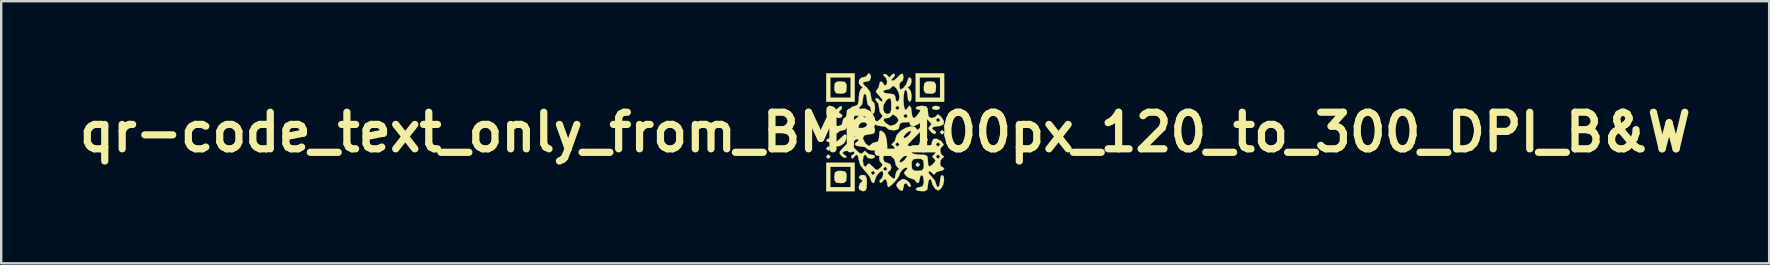
<source format=kicad_pcb>
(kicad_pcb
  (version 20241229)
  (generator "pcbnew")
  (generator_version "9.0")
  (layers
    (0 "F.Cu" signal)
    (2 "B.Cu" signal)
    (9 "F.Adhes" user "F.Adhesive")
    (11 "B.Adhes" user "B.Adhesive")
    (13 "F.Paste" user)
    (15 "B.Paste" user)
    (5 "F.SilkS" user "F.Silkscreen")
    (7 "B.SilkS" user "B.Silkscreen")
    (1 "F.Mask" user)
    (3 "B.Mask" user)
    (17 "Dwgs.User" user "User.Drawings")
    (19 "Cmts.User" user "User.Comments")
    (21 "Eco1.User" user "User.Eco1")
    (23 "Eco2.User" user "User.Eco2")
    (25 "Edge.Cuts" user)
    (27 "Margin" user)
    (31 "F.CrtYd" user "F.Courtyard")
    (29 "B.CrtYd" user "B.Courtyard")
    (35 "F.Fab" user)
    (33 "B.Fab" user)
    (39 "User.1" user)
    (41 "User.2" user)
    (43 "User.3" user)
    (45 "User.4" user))
  (footprint "qr-code_text_only_from_BMP_100px_120_to_300_DPI_B&W"
    (layer "F.Cu")
    (at 33.826 2.46)
    (property "Reference" "qr-code_text_only_from_BMP_100px_120_to_300_DPI_B&W" (at 0 0 0) (layer "F.SilkS") (effects (font (size 1.524 1.524) (thickness 0.3))))
    (attr through_hole)
    (fp_poly (pts (xy -2.288 0.657) (xy -2.286 0.677) (xy -2.35 0.76) (xy -2.371 0.762) (xy -2.453 0.698) (xy -2.455 0.677) (xy -2.391 0.595) (xy -2.371 0.593) (xy -2.288 0.657)) (stroke (width 0.01) (type solid)) (fill yes) (layer "F.SilkS"))
    (fp_poly (pts (xy -2.288 0.996) (xy -2.286 1.016) (xy -2.35 1.098) (xy -2.371 1.101) (xy -2.453 1.036) (xy -2.455 1.016) (xy -2.391 0.934) (xy -2.371 0.931) (xy -2.288 0.996)) (stroke (width 0.01) (type solid)) (fill yes) (layer "F.SilkS"))
    (fp_poly (pts (xy 1.437 1.334) (xy 1.439 1.355) (xy 1.375 1.437) (xy 1.355 1.439) (xy 1.272 1.375) (xy 1.27 1.355) (xy 1.334 1.272) (xy 1.355 1.27) (xy 1.437 1.334)) (stroke (width 0.01) (type solid)) (fill yes) (layer "F.SilkS"))
    (fp_poly (pts (xy 2.254 -1.065) (xy 2.286 -1.016) (xy 2.215 -0.947) (xy 2.117 -0.931) (xy 1.979 -0.967) (xy 1.947 -1.016) (xy 2.018 -1.085) (xy 2.117 -1.101) (xy 2.254 -1.065)) (stroke (width 0.01) (type solid)) (fill yes) (layer "F.SilkS"))
    (fp_poly (pts (xy 2.453 -0.02) (xy 2.455 0) (xy 2.391 0.082) (xy 2.371 0.085) (xy 2.288 0.02) (xy 2.286 0) (xy 2.35 -0.082) (xy 2.371 -0.085) (xy 2.453 -0.02)) (stroke (width 0.01) (type solid)) (fill yes) (layer "F.SilkS"))
    (fp_poly (pts (xy -1.27 -1.27) (xy -2.455 -1.27) (xy -2.455 -2.286) (xy -2.286 -2.286) (xy -2.286 -1.439) (xy -1.439 -1.439) (xy -1.439 -2.286) (xy -2.286 -2.286) (xy -2.455 -2.286) (xy -2.455 -2.455) (xy -1.27 -2.455) (xy -1.27 -1.27)) (stroke (width 0.01) (type solid)) (fill yes) (layer "F.SilkS"))
    (fp_poly (pts (xy -1.27 2.455) (xy -2.455 2.455) (xy -2.455 1.439) (xy -2.286 1.439) (xy -2.286 2.286) (xy -1.439 2.286) (xy -1.439 1.439) (xy -2.286 1.439) (xy -2.455 1.439) (xy -2.455 1.27) (xy -1.27 1.27) (xy -1.27 2.455)) (stroke (width 0.01) (type solid)) (fill yes) (layer "F.SilkS"))
    (fp_poly (pts (xy 2.455 -1.27) (xy 1.27 -1.27) (xy 1.27 -2.286) (xy 1.439 -2.286) (xy 1.439 -1.439) (xy 2.286 -1.439) (xy 2.286 -2.286) (xy 1.439 -2.286) (xy 1.27 -2.286) (xy 1.27 -2.455) (xy 2.455 -2.455) (xy 2.455 -1.27)) (stroke (width 0.01) (type solid)) (fill yes) (layer "F.SilkS"))
    (fp_poly (pts (xy -1.683 -2.096) (xy -1.616 -1.997) (xy -1.609 -1.863) (xy -1.63 -1.683) (xy -1.729 -1.616) (xy -1.863 -1.609) (xy -2.043 -1.63) (xy -2.109 -1.729) (xy -2.117 -1.863) (xy -2.096 -2.043) (xy -1.997 -2.109) (xy -1.863 -2.117) (xy -1.683 -2.096)) (stroke (width 0.01) (type solid)) (fill yes) (layer "F.SilkS"))
    (fp_poly (pts (xy -1.683 1.63) (xy -1.616 1.729) (xy -1.609 1.863) (xy -1.63 2.043) (xy -1.729 2.109) (xy -1.863 2.117) (xy -2.043 2.096) (xy -2.109 1.997) (xy -2.117 1.863) (xy -2.096 1.683) (xy -1.997 1.616) (xy -1.863 1.609) (xy -1.683 1.63)) (stroke (width 0.01) (type solid)) (fill yes) (layer "F.SilkS"))
    (fp_poly (pts (xy 2.043 -2.096) (xy 2.109 -1.997) (xy 2.117 -1.863) (xy 2.096 -1.683) (xy 1.997 -1.616) (xy 1.863 -1.609) (xy 1.683 -1.63) (xy 1.616 -1.729) (xy 1.609 -1.863) (xy 1.63 -2.043) (xy 1.729 -2.109) (xy 1.863 -2.117) (xy 2.043 -2.096)) (stroke (width 0.01) (type solid)) (fill yes) (layer "F.SilkS"))
    (fp_poly (pts (xy -0.821 1.806) (xy -0.772 1.921) (xy -0.762 2.117) (xy -0.776 2.338) (xy -0.834 2.436) (xy -0.931 2.455) (xy -1.074 2.395) (xy -1.101 2.293) (xy -1.052 2.134) (xy -0.995 2.081) (xy -0.933 2.026) (xy -0.995 1.983) (xy -1.096 1.887) (xy -1.049 1.802) (xy -0.931 1.778) (xy -0.821 1.806)) (stroke (width 0.01) (type solid)) (fill yes) (layer "F.SilkS"))
    (fp_poly (pts (xy 0.893 1.998) (xy 1.014 2.109) (xy 1.071 2.225) (xy 1.057 2.269) (xy 0.978 2.262) (xy 0.955 2.223) (xy 0.873 2.121) (xy 0.79 2.161) (xy 0.762 2.286) (xy 0.728 2.431) (xy 0.628 2.421) (xy 0.525 2.324) (xy 0.459 2.201) (xy 0.533 2.079) (xy 0.54 2.073) (xy 0.685 1.969) (xy 0.762 1.947) (xy 0.893 1.998)) (stroke (width 0.01) (type solid)) (fill yes) (layer "F.SilkS"))
    (fp_poly (pts (xy -1.609 0.147) (xy -1.626 0.288) (xy -1.7 0.438) (xy -1.73 0.472) (xy -1.881 0.567) (xy -2.031 0.588) (xy -2.114 0.53) (xy -2.117 0.508) (xy -2.188 0.439) (xy -2.286 0.423) (xy -2.424 0.388) (xy -2.455 0.339) (xy -2.392 0.267) (xy -2.255 0.26) (xy -2.128 0.312) (xy -2.093 0.36) (xy -2.022 0.393) (xy -1.885 0.275) (xy -1.749 0.14) (xy -1.662 0.085) (xy -1.609 0.147)) (stroke (width 0.01) (type solid)) (fill yes) (layer "F.SilkS"))
    (fp_poly (pts (xy -2.137 -1.052) (xy -2.088 -0.995) (xy -2.03 -0.94) (xy -1.958 -1.014) (xy -1.856 -1.088) (xy -1.806 -1.072) (xy -1.808 -0.979) (xy -1.865 -0.92) (xy -1.94 -0.838) (xy -1.884 -0.791) (xy -1.783 -0.702) (xy -1.826 -0.619) (xy -1.947 -0.593) (xy -2.089 -0.653) (xy -2.117 -0.762) (xy -2.152 -0.9) (xy -2.201 -0.931) (xy -2.27 -0.86) (xy -2.286 -0.762) (xy -2.321 -0.624) (xy -2.371 -0.593) (xy -2.43 -0.666) (xy -2.455 -0.844) (xy -2.455 -0.847) (xy -2.428 -1.034) (xy -2.327 -1.099) (xy -2.293 -1.101) (xy -2.137 -1.052)) (stroke (width 0.01) (type solid)) (fill yes) (layer "F.SilkS"))
    (fp_poly (pts (xy 1.704 -1.08) (xy 1.77 -0.981) (xy 1.778 -0.847) (xy 1.806 -0.659) (xy 1.906 -0.595) (xy 1.94 -0.593) (xy 2.092 -0.64) (xy 2.138 -0.698) (xy 2.199 -0.746) (xy 2.314 -0.661) (xy 2.446 -0.469) (xy 2.429 -0.327) (xy 2.267 -0.257) (xy 2.201 -0.254) (xy 2.023 -0.229) (xy 1.947 -0.17) (xy 1.947 -0.169) (xy 2.012 -0.087) (xy 2.032 -0.085) (xy 2.114 -0.02) (xy 2.117 0) (xy 2.071 0.078) (xy 1.955 0.026) (xy 1.872 -0.054) (xy 1.798 -0.171) (xy 1.855 -0.249) (xy 1.869 -0.258) (xy 1.926 -0.333) (xy 1.854 -0.439) (xy 1.796 -0.492) (xy 1.783 -0.508) (xy 2.117 -0.508) (xy 2.181 -0.426) (xy 2.201 -0.423) (xy 2.284 -0.488) (xy 2.286 -0.508) (xy 2.222 -0.59) (xy 2.201 -0.593) (xy 2.119 -0.528) (xy 2.117 -0.508) (xy 1.783 -0.508) (xy 1.659 -0.655) (xy 1.609 -0.793) (xy 1.538 -0.908) (xy 1.439 -0.931) (xy 1.302 -0.967) (xy 1.27 -1.016) (xy 1.344 -1.075) (xy 1.521 -1.101) (xy 1.524 -1.101) (xy 1.704 -1.08)) (stroke (width 0.01) (type solid)) (fill yes) (layer "F.SilkS"))
    (fp_poly (pts (xy -0.609 -2.384) (xy -0.593 -2.286) (xy -0.653 -2.144) (xy -0.762 -2.117) (xy -0.9 -2.089) (xy -0.931 -2.051) (xy -0.87 -1.956) (xy -0.762 -1.863) (xy -0.625 -1.675) (xy -0.593 -1.505) (xy -0.566 -1.335) (xy -0.508 -1.27) (xy -0.449 -1.196) (xy -0.423 -1.019) (xy -0.423 -1.016) (xy -0.448 -0.838) (xy -0.507 -0.762) (xy -0.508 -0.762) (xy -0.577 -0.833) (xy -0.593 -0.931) (xy -0.628 -1.069) (xy -0.677 -1.101) (xy -0.737 -1.174) (xy -0.762 -1.352) (xy -0.762 -1.355) (xy -0.787 -1.533) (xy -0.846 -1.609) (xy -0.847 -1.609) (xy -0.906 -1.535) (xy -0.931 -1.358) (xy -0.931 -1.355) (xy -0.956 -1.176) (xy -1.015 -1.101) (xy -1.016 -1.101) (xy -1.085 -1.03) (xy -1.101 -0.931) (xy -1.142 -0.789) (xy -1.228 -0.774) (xy -1.294 -0.868) (xy -1.368 -0.925) (xy -1.404 -0.906) (xy -1.408 -0.812) (xy -1.352 -0.757) (xy -1.27 -0.68) (xy -1.341 -0.604) (xy -1.352 -0.597) (xy -1.43 -0.503) (xy -1.418 -0.459) (xy -1.332 -0.479) (xy -1.18 -0.598) (xy -1.101 -0.677) (xy -0.934 -0.83) (xy -0.811 -0.896) (xy -0.781 -0.889) (xy -0.786 -0.809) (xy -0.826 -0.786) (xy -0.93 -0.71) (xy -0.891 -0.636) (xy -0.732 -0.594) (xy -0.684 -0.593) (xy -0.496 -0.561) (xy -0.402 -0.488) (xy -0.337 -0.446) (xy -0.206 -0.544) (xy -0.187 -0.569) (xy -0.062 -0.569) (xy -0.057 -0.481) (xy 0.021 -0.381) (xy 0.206 -0.266) (xy 0.403 -0.318) (xy 0.478 -0.381) (xy 0.558 -0.492) (xy 0.513 -0.597) (xy 0.457 -0.655) (xy 0.427 -0.677) (xy 0.762 -0.677) (xy 0.826 -0.595) (xy 0.847 -0.593) (xy 0.929 -0.657) (xy 0.931 -0.677) (xy 0.867 -0.76) (xy 0.847 -0.762) (xy 0.764 -0.698) (xy 0.762 -0.677) (xy 0.427 -0.677) (xy 0.334 -0.745) (xy 0.275 -0.698) (xy 0.172 -0.61) (xy 0.078 -0.593) (xy -0.062 -0.569) (xy -0.187 -0.569) (xy -0.107 -0.677) (xy -0.149 -0.741) (xy -0.225 -0.842) (xy -0.243 -0.951) (xy -0.085 -0.951) (xy -0.021 -0.805) (xy 0.085 -0.762) (xy 0.195 -0.79) (xy 0.244 -0.905) (xy 0.25 -1.016) (xy 0.423 -1.016) (xy 0.488 -0.934) (xy 0.508 -0.931) (xy 0.59 -0.996) (xy 0.593 -1.016) (xy 0.528 -1.098) (xy 0.508 -1.101) (xy 0.426 -1.036) (xy 0.423 -1.016) (xy 0.25 -1.016) (xy 0.254 -1.101) (xy 0.243 -1.339) (xy 0.197 -1.426) (xy 0.101 -1.379) (xy 0.036 -1.318) (xy -0.068 -1.142) (xy -0.085 -0.951) (xy -0.243 -0.951) (xy -0.254 -1.016) (xy -0.287 -1.202) (xy -0.36 -1.294) (xy -0.417 -1.368) (xy -0.398 -1.404) (xy -0.305 -1.408) (xy -0.254 -1.355) (xy -0.161 -1.28) (xy -0.118 -1.293) (xy -0.132 -1.383) (xy -0.247 -1.522) (xy -0.262 -1.535) (xy -0.388 -1.68) (xy -0.383 -1.693) (xy -0.085 -1.693) (xy -0.011 -1.634) (xy 0.166 -1.609) (xy 0.169 -1.609) (xy 0.355 -1.582) (xy 0.421 -1.483) (xy 0.423 -1.439) (xy 0.459 -1.302) (xy 0.508 -1.27) (xy 0.571 -1.343) (xy 0.593 -1.488) (xy 0.557 -1.663) (xy 0.473 -1.82) (xy 0.374 -1.919) (xy 0.293 -1.917) (xy 0.275 -1.883) (xy 0.172 -1.795) (xy 0.078 -1.778) (xy -0.056 -1.741) (xy -0.085 -1.693) (xy -0.383 -1.693) (xy -0.361 -1.754) (xy -0.36 -1.754) (xy -0.271 -1.86) (xy -0.254 -1.954) (xy -0.217 -2.088) (xy -0.169 -2.117) (xy -0.087 -2.052) (xy -0.085 -2.032) (xy -0.02 -1.95) (xy 0 -1.947) (xy 0.071 -2.011) (xy 0.079 -2.147) (xy 0.027 -2.275) (xy -0.021 -2.31) (xy -0.078 -2.384) (xy -0.059 -2.42) (xy 0.035 -2.424) (xy 0.089 -2.368) (xy 0.167 -2.286) (xy 0.242 -2.357) (xy 0.249 -2.368) (xy 0.347 -2.443) (xy 0.395 -2.427) (xy 0.393 -2.336) (xy 0.339 -2.286) (xy 0.264 -2.193) (xy 0.277 -2.15) (xy 0.368 -2.162) (xy 0.496 -2.272) (xy 0.652 -2.425) (xy 0.736 -2.431) (xy 0.762 -2.292) (xy 0.762 -2.286) (xy 0.727 -2.148) (xy 0.677 -2.117) (xy 0.609 -2.046) (xy 0.593 -1.947) (xy 0.613 -1.81) (xy 0.641 -1.778) (xy 0.758 -1.845) (xy 0.875 -1.993) (xy 0.931 -2.146) (xy 0.931 -2.153) (xy 0.975 -2.269) (xy 1.016 -2.286) (xy 1.087 -2.222) (xy 1.094 -2.084) (xy 1.042 -1.951) (xy 0.995 -1.912) (xy 0.933 -1.856) (xy 0.995 -1.813) (xy 1.065 -1.712) (xy 1.097 -1.541) (xy 1.088 -1.371) (xy 1.035 -1.274) (xy 1.016 -1.27) (xy 0.957 -1.344) (xy 0.931 -1.521) (xy 0.931 -1.524) (xy 0.907 -1.702) (xy 0.848 -1.778) (xy 0.847 -1.778) (xy 0.798 -1.702) (xy 0.768 -1.507) (xy 0.762 -1.355) (xy 0.777 -1.113) (xy 0.816 -0.96) (xy 0.847 -0.931) (xy 0.929 -0.996) (xy 0.931 -1.016) (xy 0.996 -1.098) (xy 1.016 -1.101) (xy 1.075 -1.027) (xy 1.101 -0.85) (xy 1.101 -0.847) (xy 1.125 -0.668) (xy 1.184 -0.593) (xy 1.185 -0.593) (xy 1.268 -0.528) (xy 1.27 -0.508) (xy 1.195 -0.455) (xy 1.007 -0.425) (xy 0.931 -0.423) (xy 0.71 -0.409) (xy 0.612 -0.352) (xy 0.593 -0.254) (xy 0.553 -0.13) (xy 0.404 -0.086) (xy 0.339 -0.085) (xy 0.16 -0.109) (xy 0.085 -0.168) (xy 0.085 -0.169) (xy 0.011 -0.229) (xy -0.162 -0.254) (xy -0.353 -0.287) (xy -0.452 -0.36) (xy -0.512 -0.414) (xy -0.593 -0.339) (xy -0.683 -0.262) (xy -0.733 -0.318) (xy -0.841 -0.417) (xy -0.987 -0.412) (xy -1.089 -0.315) (xy -1.101 -0.254) (xy -1.136 -0.116) (xy -1.185 -0.085) (xy -1.268 -0.02) (xy -1.27 0) (xy -1.199 0.069) (xy -1.101 0.085) (xy -0.963 0.049) (xy -0.931 0) (xy -0.86 -0.069) (xy -0.762 -0.085) (xy -0.624 -0.12) (xy -0.593 -0.169) (xy -0.528 -0.252) (xy -0.508 -0.254) (xy -0.439 -0.183) (xy -0.423 -0.085) (xy -0.463 0.039) (xy -0.612 0.083) (xy -0.677 0.085) (xy -0.876 0.131) (xy -0.932 0.257) (xy -0.84 0.438) (xy -0.79 0.492) (xy -0.671 0.578) (xy -0.614 0.528) (xy -0.511 0.441) (xy -0.416 0.423) (xy -0.297 0.38) (xy -0.255 0.223) (xy -0.254 0.169) (xy -0.237 -0.029) (xy -0.174 -0.072) (xy -0.044 0.028) (xy -0.036 0.036) (xy 0.03 0.173) (xy 0.071 0.388) (xy 0.084 0.624) (xy 0.067 0.822) (xy 0.017 0.927) (xy 0 0.931) (xy -0.069 1.002) (xy -0.085 1.101) (xy -0.025 1.242) (xy 0.085 1.27) (xy 0.213 1.333) (xy 0.258 1.468) (xy 0.206 1.596) (xy 0.149 1.63) (xy 0.1 1.691) (xy 0.185 1.806) (xy 0.334 1.929) (xy 0.407 1.911) (xy 0.423 1.785) (xy 0.472 1.626) (xy 0.529 1.573) (xy 0.591 1.518) (xy 0.529 1.475) (xy 0.439 1.358) (xy 0.438 1.355) (xy 1.101 1.355) (xy 1.122 1.535) (xy 1.221 1.601) (xy 1.355 1.609) (xy 1.535 1.588) (xy 1.601 1.489) (xy 1.609 1.355) (xy 1.588 1.175) (xy 1.489 1.108) (xy 1.355 1.101) (xy 1.175 1.122) (xy 1.108 1.221) (xy 1.101 1.355) (xy 0.438 1.355) (xy 0.423 1.27) (xy 0.408 1.222) (xy 0.593 1.222) (xy 0.641 1.267) (xy 0.768 1.189) (xy 0.82 1.139) (xy 0.905 1.017) (xy 0.903 0.96) (xy 0.82 0.975) (xy 0.699 1.066) (xy 0.607 1.177) (xy 0.593 1.222) (xy 0.408 1.222) (xy 0.372 1.114) (xy 0.318 1.065) (xy 0.255 1.01) (xy 0.318 0.967) (xy 0.408 0.85) (xy 0.423 0.762) (xy 0.372 0.606) (xy 0.318 0.557) (xy 0.262 0.508) (xy 0.423 0.508) (xy 0.488 0.59) (xy 0.508 0.593) (xy 0.59 0.528) (xy 0.593 0.508) (xy 0.528 0.426) (xy 0.508 0.423) (xy 0.426 0.488) (xy 0.423 0.508) (xy 0.262 0.508) (xy 0.255 0.502) (xy 0.318 0.459) (xy 0.414 0.34) (xy 0.423 0.285) (xy 0.451 0.206) (xy 0.762 0.206) (xy 0.81 0.251) (xy 0.937 0.173) (xy 0.99 0.123) (xy 1.074 0.001) (xy 1.072 -0.056) (xy 0.989 -0.041) (xy 0.868 0.05) (xy 0.776 0.161) (xy 0.762 0.206) (xy 0.451 0.206) (xy 0.485 0.106) (xy 0.642 -0.057) (xy 0.848 -0.181) (xy 1.058 -0.245) (xy 1.227 -0.226) (xy 1.299 -0.148) (xy 1.356 -0.093) (xy 1.428 -0.167) (xy 1.527 -0.245) (xy 1.572 -0.234) (xy 1.548 -0.15) (xy 1.426 0.009) (xy 1.281 0.159) (xy 1.091 0.349) (xy 0.964 0.491) (xy 0.931 0.544) (xy 1.005 0.578) (xy 1.183 0.593) (xy 1.185 0.593) (xy 1.371 0.566) (xy 1.437 0.467) (xy 1.439 0.423) (xy 1.499 0.282) (xy 1.609 0.254) (xy 1.746 0.273) (xy 1.778 0.3) (xy 1.715 0.409) (xy 1.567 0.556) (xy 1.392 0.689) (xy 1.25 0.76) (xy 1.232 0.762) (xy 1.116 0.807) (xy 1.101 0.847) (xy 1.176 0.9) (xy 1.363 0.929) (xy 1.439 0.931) (xy 1.656 0.941) (xy 1.753 0.996) (xy 1.777 1.131) (xy 1.778 1.185) (xy 1.794 1.383) (xy 1.858 1.425) (xy 1.992 1.322) (xy 2.009 1.305) (xy 2.097 1.189) (xy 2.052 1.107) (xy 2.025 1.087) (xy 1.961 1.016) (xy 2.117 1.016) (xy 2.181 1.098) (xy 2.201 1.101) (xy 2.284 1.036) (xy 2.286 1.016) (xy 2.222 0.934) (xy 2.201 0.931) (xy 2.119 0.996) (xy 2.117 1.016) (xy 1.961 1.016) (xy 1.953 1.007) (xy 2.011 0.96) (xy 2.09 0.866) (xy 2.115 0.723) (xy 2.082 0.611) (xy 2.039 0.593) (xy 1.943 0.659) (xy 1.924 0.699) (xy 1.849 0.753) (xy 1.811 0.729) (xy 1.8 0.642) (xy 1.841 0.616) (xy 1.93 0.511) (xy 1.931 0.508) (xy 2.117 0.508) (xy 2.181 0.59) (xy 2.201 0.593) (xy 2.284 0.528) (xy 2.286 0.508) (xy 2.222 0.426) (xy 2.201 0.423) (xy 2.119 0.488) (xy 2.117 0.508) (xy 1.931 0.508) (xy 1.947 0.416) (xy 2.004 0.284) (xy 2.143 0.265) (xy 2.32 0.363) (xy 2.355 0.395) (xy 2.441 0.515) (xy 2.391 0.572) (xy 2.302 0.674) (xy 2.297 0.833) (xy 2.376 0.958) (xy 2.392 0.967) (xy 2.454 1.022) (xy 2.392 1.065) (xy 2.311 1.165) (xy 2.288 1.311) (xy 2.327 1.422) (xy 2.371 1.439) (xy 2.453 1.504) (xy 2.455 1.524) (xy 2.385 1.594) (xy 2.293 1.609) (xy 2.137 1.657) (xy 2.088 1.714) (xy 2.03 1.769) (xy 1.958 1.696) (xy 1.859 1.619) (xy 1.811 1.632) (xy 1.823 1.723) (xy 1.934 1.851) (xy 2.069 2.013) (xy 2.117 2.148) (xy 2.159 2.267) (xy 2.201 2.286) (xy 2.261 2.212) (xy 2.286 2.035) (xy 2.286 2.032) (xy 2.311 1.854) (xy 2.37 1.778) (xy 2.371 1.778) (xy 2.439 1.846) (xy 2.452 2.006) (xy 2.413 2.193) (xy 2.328 2.34) (xy 2.213 2.424) (xy 2.107 2.372) (xy 2.074 2.34) (xy 1.969 2.176) (xy 1.947 2.08) (xy 1.903 1.964) (xy 1.863 1.947) (xy 1.803 2.021) (xy 1.778 2.198) (xy 1.778 2.201) (xy 1.757 2.381) (xy 1.658 2.448) (xy 1.524 2.455) (xy 1.346 2.431) (xy 1.27 2.372) (xy 1.27 2.371) (xy 1.341 2.302) (xy 1.439 2.286) (xy 1.563 2.246) (xy 1.607 2.098) (xy 1.609 2.032) (xy 1.584 1.854) (xy 1.525 1.778) (xy 1.524 1.778) (xy 1.455 1.849) (xy 1.439 1.947) (xy 1.404 2.085) (xy 1.355 2.117) (xy 1.272 2.052) (xy 1.27 2.032) (xy 1.201 1.958) (xy 1.137 1.947) (xy 0.973 1.891) (xy 0.869 1.813) (xy 0.783 1.698) (xy 0.829 1.621) (xy 0.852 1.606) (xy 0.924 1.515) (xy 0.912 1.476) (xy 0.82 1.482) (xy 0.699 1.577) (xy 0.609 1.709) (xy 0.593 1.776) (xy 0.539 1.887) (xy 0.411 2.047) (xy 0.264 2.198) (xy 0.148 2.282) (xy 0.131 2.286) (xy 0.093 2.215) (xy 0.085 2.117) (xy 0.043 1.975) (xy -0.043 1.959) (xy -0.108 2.053) (xy -0.183 2.108) (xy -0.221 2.084) (xy -0.232 1.996) (xy -0.191 1.971) (xy -0.118 1.885) (xy -0.083 1.745) (xy -0.098 1.631) (xy -0.133 1.609) (xy -0.25 1.675) (xy -0.367 1.824) (xy -0.423 1.977) (xy -0.423 1.984) (xy -0.467 2.1) (xy -0.508 2.117) (xy -0.582 2.048) (xy -0.593 1.981) (xy -0.651 1.841) (xy -0.768 1.693) (xy -0.593 1.693) (xy -0.528 1.776) (xy -0.508 1.778) (xy -0.426 1.714) (xy -0.423 1.693) (xy -0.488 1.611) (xy -0.508 1.609) (xy -0.59 1.673) (xy -0.593 1.693) (xy -0.768 1.693) (xy -0.796 1.659) (xy -0.847 1.609) (xy -1.036 1.368) (xy -1.101 1.151) (xy -1.134 0.982) (xy -1.209 0.932) (xy -1.288 1.022) (xy -1.294 1.037) (xy -1.368 1.092) (xy -1.407 1.068) (xy -1.417 0.98) (xy -1.376 0.955) (xy -1.271 0.88) (xy -1.31 0.806) (xy -1.469 0.764) (xy -1.524 0.762) (xy -1.709 0.792) (xy -1.78 0.86) (xy -1.712 0.938) (xy -1.672 0.955) (xy -1.611 1.025) (xy -1.626 1.057) (xy -1.723 1.056) (xy -1.821 0.985) (xy -1.9 0.883) (xy -1.879 0.786) (xy -1.745 0.636) (xy -1.738 0.63) (xy -1.519 0.411) (xy -1.261 0.687) (xy -1.092 0.851) (xy -0.99 0.896) (xy -0.918 0.841) (xy -0.838 0.768) (xy -0.791 0.826) (xy -0.681 0.914) (xy -0.586 0.931) (xy -0.452 0.968) (xy -0.423 1.016) (xy -0.494 1.085) (xy -0.593 1.101) (xy -0.73 1.065) (xy -0.762 1.016) (xy -0.826 0.934) (xy -0.847 0.931) (xy -0.906 1.005) (xy -0.931 1.182) (xy -0.931 1.185) (xy -0.902 1.371) (xy -0.833 1.441) (xy -0.755 1.373) (xy -0.738 1.333) (xy -0.666 1.303) (xy -0.524 1.426) (xy -0.523 1.427) (xy -0.392 1.558) (xy -0.303 1.569) (xy -0.25 1.524) (xy -0.085 1.524) (xy -0.02 1.606) (xy 0 1.609) (xy 0.082 1.544) (xy 0.085 1.524) (xy 0.02 1.442) (xy 0 1.439) (xy -0.082 1.504) (xy -0.085 1.524) (xy -0.25 1.524) (xy -0.194 1.477) (xy -0.103 1.351) (xy -0.149 1.291) (xy -0.229 1.202) (xy -0.252 1.061) (xy -0.214 0.95) (xy -0.169 0.931) (xy -0.087 0.867) (xy -0.085 0.847) (xy -0.16 0.794) (xy -0.347 0.764) (xy -0.423 0.762) (xy -0.635 0.743) (xy -0.753 0.696) (xy -0.762 0.677) (xy -0.836 0.618) (xy -1.013 0.593) (xy -1.016 0.593) (xy -1.201 0.563) (xy -1.272 0.494) (xy -1.204 0.417) (xy -1.164 0.4) (xy -1.107 0.325) (xy -1.126 0.289) (xy -1.219 0.285) (xy -1.27 0.339) (xy -1.365 0.411) (xy -1.411 0.395) (xy -1.409 0.303) (xy -1.352 0.249) (xy -1.271 0.171) (xy -1.338 0.09) (xy -1.355 0.078) (xy -1.431 -0.007) (xy -1.376 -0.056) (xy -1.275 -0.144) (xy -1.318 -0.228) (xy -1.439 -0.254) (xy -1.577 -0.219) (xy -1.609 -0.169) (xy -1.679 -0.1) (xy -1.771 -0.085) (xy -1.922 -0.038) (xy -1.968 0.019) (xy -2.042 0.041) (xy -2.197 -0.073) (xy -2.229 -0.104) (xy -2.398 -0.286) (xy -2.442 -0.383) (xy -2.367 -0.42) (xy -2.286 -0.423) (xy -2.148 -0.388) (xy -2.117 -0.339) (xy -2.046 -0.27) (xy -1.947 -0.254) (xy -1.806 -0.314) (xy -1.778 -0.423) (xy -1.743 -0.561) (xy -1.693 -0.593) (xy -1.619 -0.662) (xy -1.609 -0.726) (xy -1.537 -0.917) (xy -1.37 -1.063) (xy -1.234 -1.101) (xy -1.142 -1.151) (xy -1.104 -1.323) (xy -1.101 -1.432) (xy -1.076 -1.656) (xy -1.015 -1.798) (xy -0.995 -1.813) (xy -0.933 -1.869) (xy -0.995 -1.912) (xy -1.094 -2.027) (xy -1.089 -2.174) (xy -0.991 -2.275) (xy -0.931 -2.286) (xy -0.794 -2.321) (xy -0.762 -2.371) (xy -0.698 -2.453) (xy -0.677 -2.455) (xy -0.609 -2.384)) (stroke (width 0.01) (type solid)) (fill yes) (layer "F.SilkS")))
  (gr_rect
    (start -3 -3)
    (end 70.651 7.921)
    (stroke (width 0.1) (type default))
    (fill no)
    (layer "Edge.Cuts")))
</source>
